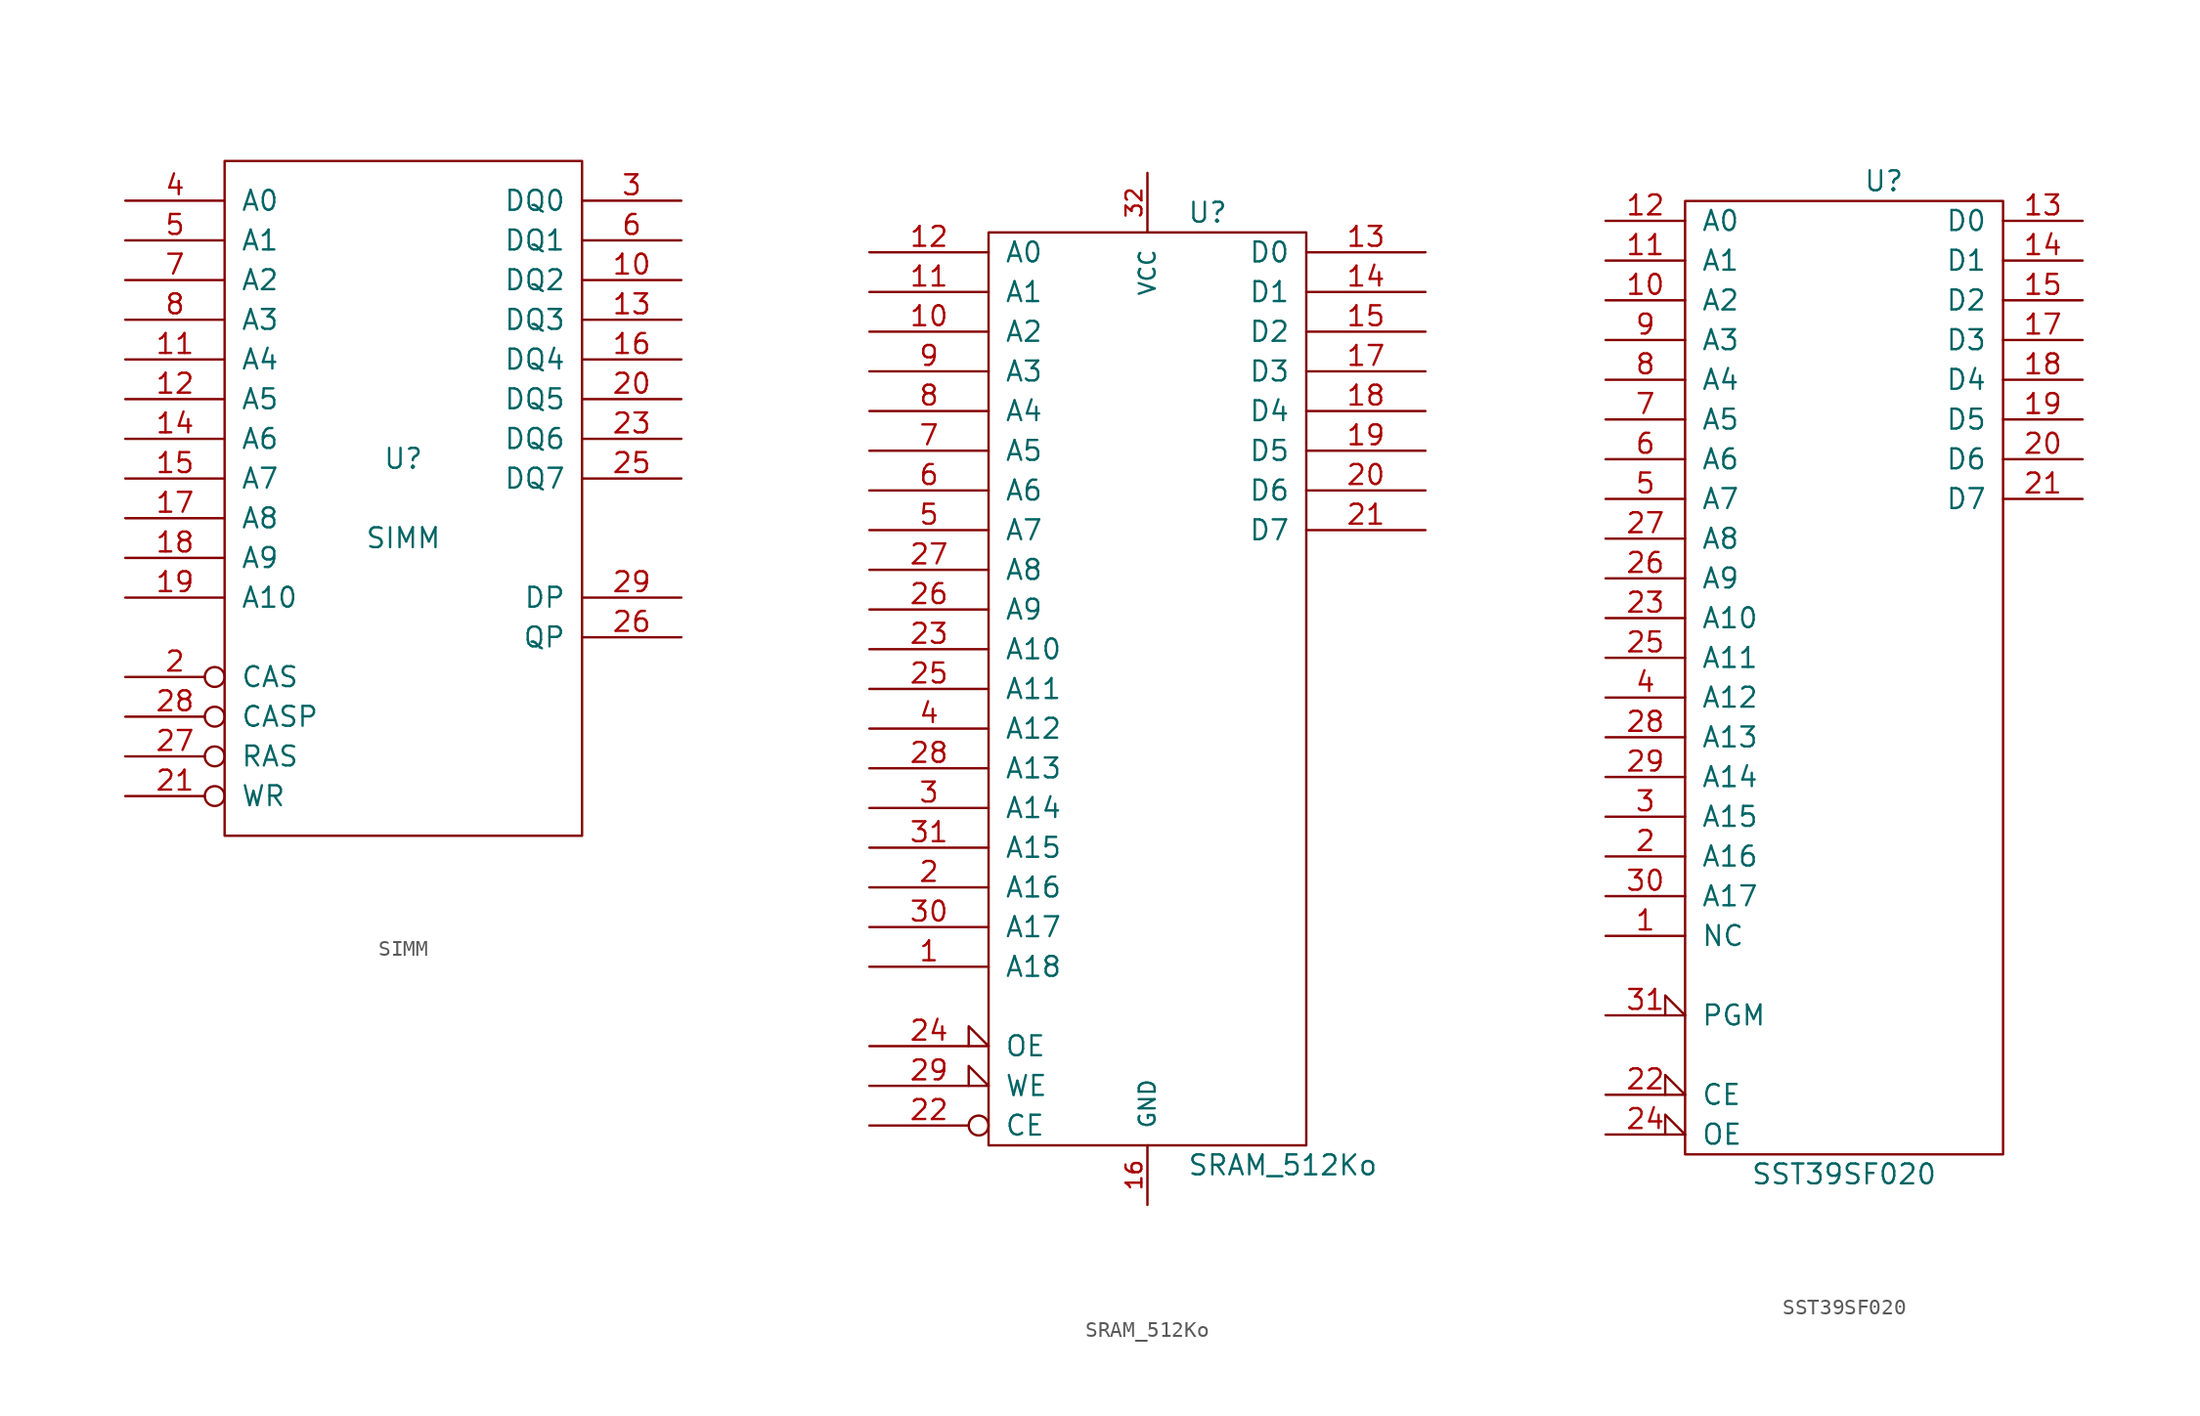
<source format=kicad_sym>
(kicad_symbol_lib
  (version 20231120)
  (generator "kicad_symbol_editor")
  (generator_version "8.0")
  (symbol "SIMM"
    (pin_names
      (offset 1.016))
    (property "Reference" "U"
      (at 0 2.54 0)
      (effects (font (size 1.27 1.27))))
    (property "Value" "SIMM"
      (at 0 -2.54 0)
      (effects (font (size 1.27 1.27))))
    (property "Footprint" ""
      (at 0 0 0)
      (effects (font (size 1.27 1.27))))
    (property "Datasheet" ""
      (at 0 0 0)
      (effects (font (size 1.27 1.27))))
    (symbol "SIMM_0_1"
      (rectangle (start -11.43 -21.59) (end 11.43 21.59) (stroke (width 0) (type solid)) (fill (type none))))
    (symbol "SIMM_1_1"
      (pin power_in line (at -3.81 22.86 270) (length 1.27) hide (name "VCC" (effects (font (size 1.27 1.27)))) (number "1" (effects (font (size 1.27 1.27)))))
      (pin tri_state line (at 17.78 13.97 180) (length 6.35) (name "DQ2" (effects (font (size 1.27 1.27)))) (number "10" (effects (font (size 1.27 1.27)))))
      (pin input line (at -17.78 8.89 0) (length 6.35) (name "A4" (effects (font (size 1.27 1.27)))) (number "11" (effects (font (size 1.27 1.27)))))
      (pin input line (at -17.78 6.35 0) (length 6.35) (name "A5" (effects (font (size 1.27 1.27)))) (number "12" (effects (font (size 1.27 1.27)))))
      (pin tri_state line (at 17.78 11.43 180) (length 6.35) (name "DQ3" (effects (font (size 1.27 1.27)))) (number "13" (effects (font (size 1.27 1.27)))))
      (pin input line (at -17.78 3.81 0) (length 6.35) (name "A6" (effects (font (size 1.27 1.27)))) (number "14" (effects (font (size 1.27 1.27)))))
      (pin input line (at -17.78 1.27 0) (length 6.35) (name "A7" (effects (font (size 1.27 1.27)))) (number "15" (effects (font (size 1.27 1.27)))))
      (pin tri_state line (at 17.78 8.89 180) (length 6.35) (name "DQ4" (effects (font (size 1.27 1.27)))) (number "16" (effects (font (size 1.27 1.27)))))
      (pin input line (at -17.78 -1.27 0) (length 6.35) (name "A8" (effects (font (size 1.27 1.27)))) (number "17" (effects (font (size 1.27 1.27)))))
      (pin input line (at -17.78 -3.81 0) (length 6.35) (name "A9" (effects (font (size 1.27 1.27)))) (number "18" (effects (font (size 1.27 1.27)))))
      (pin input line (at -17.78 -6.35 0) (length 6.35) (name "A10" (effects (font (size 1.27 1.27)))) (number "19" (effects (font (size 1.27 1.27)))))
      (pin input inverted (at -17.78 -11.43 0) (length 6.35) (name "CAS" (effects (font (size 1.27 1.27)))) (number "2" (effects (font (size 1.27 1.27)))))
      (pin tri_state line (at 17.78 6.35 180) (length 6.35) (name "DQ5" (effects (font (size 1.27 1.27)))) (number "20" (effects (font (size 1.27 1.27)))))
      (pin input inverted (at -17.78 -19.05 0) (length 6.35) (name "WR" (effects (font (size 1.27 1.27)))) (number "21" (effects (font (size 1.27 1.27)))))
      (pin power_in line (at -1.27 -22.86 90) (length 1.27) hide (name "GND" (effects (font (size 1.27 1.27)))) (number "22" (effects (font (size 1.27 1.27)))))
      (pin tri_state line (at 17.78 3.81 180) (length 6.35) (name "DQ6" (effects (font (size 1.27 1.27)))) (number "23" (effects (font (size 1.27 1.27)))))
      (pin input line (at 17.78 1.27 180) (length 6.35) (name "DQ7" (effects (font (size 1.27 1.27)))) (number "25" (effects (font (size 1.27 1.27)))))
      (pin tri_state line (at 17.78 -8.89 180) (length 6.35) (name "QP" (effects (font (size 1.27 1.27)))) (number "26" (effects (font (size 1.27 1.27)))))
      (pin input inverted (at -17.78 -16.51 0) (length 6.35) (name "RAS" (effects (font (size 1.27 1.27)))) (number "27" (effects (font (size 1.27 1.27)))))
      (pin input inverted (at -17.78 -13.97 0) (length 6.35) (name "CASP" (effects (font (size 1.27 1.27)))) (number "28" (effects (font (size 1.27 1.27)))))
      (pin input line (at 17.78 -6.35 180) (length 6.35) (name "DP" (effects (font (size 1.27 1.27)))) (number "29" (effects (font (size 1.27 1.27)))))
      (pin tri_state line (at 17.78 19.05 180) (length 6.35) (name "DQ0" (effects (font (size 1.27 1.27)))) (number "3" (effects (font (size 1.27 1.27)))))
      (pin power_in line (at -1.27 22.86 270) (length 1.27) hide (name "VCC" (effects (font (size 1.27 1.27)))) (number "30" (effects (font (size 1.27 1.27)))))
      (pin input line (at -17.78 19.05 0) (length 6.35) (name "A0" (effects (font (size 1.27 1.27)))) (number "4" (effects (font (size 1.27 1.27)))))
      (pin input line (at -17.78 16.51 0) (length 6.35) (name "A1" (effects (font (size 1.27 1.27)))) (number "5" (effects (font (size 1.27 1.27)))))
      (pin tri_state line (at 17.78 16.51 180) (length 6.35) (name "DQ1" (effects (font (size 1.27 1.27)))) (number "6" (effects (font (size 1.27 1.27)))))
      (pin input line (at -17.78 13.97 0) (length 6.35) (name "A2" (effects (font (size 1.27 1.27)))) (number "7" (effects (font (size 1.27 1.27)))))
      (pin input line (at -17.78 11.43 0) (length 6.35) (name "A3" (effects (font (size 1.27 1.27)))) (number "8" (effects (font (size 1.27 1.27)))))
      (pin power_in line (at -3.81 -22.86 90) (length 1.27) hide (name "GND" (effects (font (size 1.27 1.27)))) (number "9" (effects (font (size 1.27 1.27)))))))
  (symbol "SRAM_512Ko"
    (pin_names
      (offset 1.016))
    (property "Reference" "U"
      (at 2.54 30.48 0)
      (effects (font (size 1.27 1.27)) (justify left)))
    (property "Value" "SRAM_512Ko"
      (at 2.54 -30.48 0)
      (effects (font (size 1.27 1.27)) (justify left)))
    (property "Footprint" ""
      (at 0 0 0)
      (effects (font (size 1.27 1.27))))
    (property "Datasheet" ""
      (at 0 0 0)
      (effects (font (size 1.27 1.27))))
    (symbol "SRAM_512Ko_0_0"
      (pin power_in line (at 0 -33.02 90) (length 3.81) (name "GND" (effects (font (size 1.016 1.016)))) (number "16" (effects (font (size 1.016 1.016)))))
      (pin power_in line (at 0 33.02 270) (length 3.81) (name "VCC" (effects (font (size 1.016 1.016)))) (number "32" (effects (font (size 1.016 1.016))))))
    (symbol "SRAM_512Ko_0_1"
      (rectangle (start -10.16 29.21) (end 10.16 -29.21) (stroke (width 0) (type solid)) (fill (type none))))
    (symbol "SRAM_512Ko_1_1"
      (pin input line (at -17.78 -17.78 0) (length 7.62) (name "A18" (effects (font (size 1.27 1.27)))) (number "1" (effects (font (size 1.27 1.27)))))
      (pin input line (at -17.78 22.86 0) (length 7.62) (name "A2" (effects (font (size 1.27 1.27)))) (number "10" (effects (font (size 1.27 1.27)))))
      (pin input line (at -17.78 25.4 0) (length 7.62) (name "A1" (effects (font (size 1.27 1.27)))) (number "11" (effects (font (size 1.27 1.27)))))
      (pin input line (at -17.78 27.94 0) (length 7.62) (name "A0" (effects (font (size 1.27 1.27)))) (number "12" (effects (font (size 1.27 1.27)))))
      (pin tri_state line (at 17.78 27.94 180) (length 7.62) (name "D0" (effects (font (size 1.27 1.27)))) (number "13" (effects (font (size 1.27 1.27)))))
      (pin tri_state line (at 17.78 25.4 180) (length 7.62) (name "D1" (effects (font (size 1.27 1.27)))) (number "14" (effects (font (size 1.27 1.27)))))
      (pin tri_state line (at 17.78 22.86 180) (length 7.62) (name "D2" (effects (font (size 1.27 1.27)))) (number "15" (effects (font (size 1.27 1.27)))))
      (pin tri_state line (at 17.78 20.32 180) (length 7.62) (name "D3" (effects (font (size 1.27 1.27)))) (number "17" (effects (font (size 1.27 1.27)))))
      (pin tri_state line (at 17.78 17.78 180) (length 7.62) (name "D4" (effects (font (size 1.27 1.27)))) (number "18" (effects (font (size 1.27 1.27)))))
      (pin tri_state line (at 17.78 15.24 180) (length 7.62) (name "D5" (effects (font (size 1.27 1.27)))) (number "19" (effects (font (size 1.27 1.27)))))
      (pin input line (at -17.78 -12.7 0) (length 7.62) (name "A16" (effects (font (size 1.27 1.27)))) (number "2" (effects (font (size 1.27 1.27)))))
      (pin tri_state line (at 17.78 12.7 180) (length 7.62) (name "D6" (effects (font (size 1.27 1.27)))) (number "20" (effects (font (size 1.27 1.27)))))
      (pin tri_state line (at 17.78 10.16 180) (length 7.62) (name "D7" (effects (font (size 1.27 1.27)))) (number "21" (effects (font (size 1.27 1.27)))))
      (pin input inverted (at -17.78 -27.94 0) (length 7.62) (name "CE" (effects (font (size 1.27 1.27)))) (number "22" (effects (font (size 1.27 1.27)))))
      (pin input line (at -17.78 2.54 0) (length 7.62) (name "A10" (effects (font (size 1.27 1.27)))) (number "23" (effects (font (size 1.27 1.27)))))
      (pin input input_low (at -17.78 -22.86 0) (length 7.62) (name "OE" (effects (font (size 1.27 1.27)))) (number "24" (effects (font (size 1.27 1.27)))))
      (pin input line (at -17.78 0 0) (length 7.62) (name "A11" (effects (font (size 1.27 1.27)))) (number "25" (effects (font (size 1.27 1.27)))))
      (pin input line (at -17.78 5.08 0) (length 7.62) (name "A9" (effects (font (size 1.27 1.27)))) (number "26" (effects (font (size 1.27 1.27)))))
      (pin input line (at -17.78 7.62 0) (length 7.62) (name "A8" (effects (font (size 1.27 1.27)))) (number "27" (effects (font (size 1.27 1.27)))))
      (pin input line (at -17.78 -5.08 0) (length 7.62) (name "A13" (effects (font (size 1.27 1.27)))) (number "28" (effects (font (size 1.27 1.27)))))
      (pin input input_low (at -17.78 -25.4 0) (length 7.62) (name "WE" (effects (font (size 1.27 1.27)))) (number "29" (effects (font (size 1.27 1.27)))))
      (pin input line (at -17.78 -7.62 0) (length 7.62) (name "A14" (effects (font (size 1.27 1.27)))) (number "3" (effects (font (size 1.27 1.27)))))
      (pin input line (at -17.78 -15.24 0) (length 7.62) (name "A17" (effects (font (size 1.27 1.27)))) (number "30" (effects (font (size 1.27 1.27)))))
      (pin input line (at -17.78 -10.16 0) (length 7.62) (name "A15" (effects (font (size 1.27 1.27)))) (number "31" (effects (font (size 1.27 1.27)))))
      (pin input line (at -17.78 -2.54 0) (length 7.62) (name "A12" (effects (font (size 1.27 1.27)))) (number "4" (effects (font (size 1.27 1.27)))))
      (pin input line (at -17.78 10.16 0) (length 7.62) (name "A7" (effects (font (size 1.27 1.27)))) (number "5" (effects (font (size 1.27 1.27)))))
      (pin input line (at -17.78 12.7 0) (length 7.62) (name "A6" (effects (font (size 1.27 1.27)))) (number "6" (effects (font (size 1.27 1.27)))))
      (pin input line (at -17.78 15.24 0) (length 7.62) (name "A5" (effects (font (size 1.27 1.27)))) (number "7" (effects (font (size 1.27 1.27)))))
      (pin input line (at -17.78 17.78 0) (length 7.62) (name "A4" (effects (font (size 1.27 1.27)))) (number "8" (effects (font (size 1.27 1.27)))))
      (pin input line (at -17.78 20.32 0) (length 7.62) (name "A3" (effects (font (size 1.27 1.27)))) (number "9" (effects (font (size 1.27 1.27)))))))
  (symbol "SST39SF020"
    (pin_names
      (offset 1.016))
    (property "Reference" "U"
      (at 2.54 33.02 0)
      (effects (font (size 1.27 1.27))))
    (property "Value" "SST39SF020"
      (at 0 -30.48 0)
      (effects (font (size 1.27 1.27))))
    (property "Footprint" ""
      (at 0 7.62 0)
      (effects (font (size 1.27 1.27))))
    (property "Datasheet" ""
      (at 0 7.62 0)
      (effects (font (size 1.27 1.27))))
    (symbol "SST39SF020_0_0"
      (pin power_in line (at 0 -30.48 90) (length 1.27) hide (name "GND" (effects (font (size 1.27 1.27)))) (number "16" (effects (font (size 1.27 1.27)))))
      (pin power_in line (at 0 33.02 270) (length 1.27) hide (name "VCC" (effects (font (size 1.27 1.27)))) (number "32" (effects (font (size 1.27 1.27))))))
    (symbol "SST39SF020_0_1"
      (rectangle (start -10.16 31.75) (end 10.16 -29.21) (stroke (width 0) (type solid)) (fill (type none))))
    (symbol "SST39SF020_1_1"
      (pin input line (at -15.24 -15.24 0) (length 5.08) (name "NC" (effects (font (size 1.27 1.27)))) (number "1" (effects (font (size 1.27 1.27)))))
      (pin input line (at -15.24 25.4 0) (length 5.08) (name "A2" (effects (font (size 1.27 1.27)))) (number "10" (effects (font (size 1.27 1.27)))))
      (pin input line (at -15.24 27.94 0) (length 5.08) (name "A1" (effects (font (size 1.27 1.27)))) (number "11" (effects (font (size 1.27 1.27)))))
      (pin input line (at -15.24 30.48 0) (length 5.08) (name "A0" (effects (font (size 1.27 1.27)))) (number "12" (effects (font (size 1.27 1.27)))))
      (pin tri_state line (at 15.24 30.48 180) (length 5.08) (name "D0" (effects (font (size 1.27 1.27)))) (number "13" (effects (font (size 1.27 1.27)))))
      (pin tri_state line (at 15.24 27.94 180) (length 5.08) (name "D1" (effects (font (size 1.27 1.27)))) (number "14" (effects (font (size 1.27 1.27)))))
      (pin tri_state line (at 15.24 25.4 180) (length 5.08) (name "D2" (effects (font (size 1.27 1.27)))) (number "15" (effects (font (size 1.27 1.27)))))
      (pin tri_state line (at 15.24 22.86 180) (length 5.08) (name "D3" (effects (font (size 1.27 1.27)))) (number "17" (effects (font (size 1.27 1.27)))))
      (pin tri_state line (at 15.24 20.32 180) (length 5.08) (name "D4" (effects (font (size 1.27 1.27)))) (number "18" (effects (font (size 1.27 1.27)))))
      (pin tri_state line (at 15.24 17.78 180) (length 5.08) (name "D5" (effects (font (size 1.27 1.27)))) (number "19" (effects (font (size 1.27 1.27)))))
      (pin input line (at -15.24 -10.16 0) (length 5.08) (name "A16" (effects (font (size 1.27 1.27)))) (number "2" (effects (font (size 1.27 1.27)))))
      (pin tri_state line (at 15.24 15.24 180) (length 5.08) (name "D6" (effects (font (size 1.27 1.27)))) (number "20" (effects (font (size 1.27 1.27)))))
      (pin tri_state line (at 15.24 12.7 180) (length 5.08) (name "D7" (effects (font (size 1.27 1.27)))) (number "21" (effects (font (size 1.27 1.27)))))
      (pin input input_low (at -15.24 -25.4 0) (length 5.08) (name "CE" (effects (font (size 1.27 1.27)))) (number "22" (effects (font (size 1.27 1.27)))))
      (pin input line (at -15.24 5.08 0) (length 5.08) (name "A10" (effects (font (size 1.27 1.27)))) (number "23" (effects (font (size 1.27 1.27)))))
      (pin input input_low (at -15.24 -27.94 0) (length 5.08) (name "OE" (effects (font (size 1.27 1.27)))) (number "24" (effects (font (size 1.27 1.27)))))
      (pin input line (at -15.24 2.54 0) (length 5.08) (name "A11" (effects (font (size 1.27 1.27)))) (number "25" (effects (font (size 1.27 1.27)))))
      (pin input line (at -15.24 7.62 0) (length 5.08) (name "A9" (effects (font (size 1.27 1.27)))) (number "26" (effects (font (size 1.27 1.27)))))
      (pin input line (at -15.24 10.16 0) (length 5.08) (name "A8" (effects (font (size 1.27 1.27)))) (number "27" (effects (font (size 1.27 1.27)))))
      (pin input line (at -15.24 -2.54 0) (length 5.08) (name "A13" (effects (font (size 1.27 1.27)))) (number "28" (effects (font (size 1.27 1.27)))))
      (pin input line (at -15.24 -5.08 0) (length 5.08) (name "A14" (effects (font (size 1.27 1.27)))) (number "29" (effects (font (size 1.27 1.27)))))
      (pin input line (at -15.24 -7.62 0) (length 5.08) (name "A15" (effects (font (size 1.27 1.27)))) (number "3" (effects (font (size 1.27 1.27)))))
      (pin input line (at -15.24 -12.7 0) (length 5.08) (name "A17" (effects (font (size 1.27 1.27)))) (number "30" (effects (font (size 1.27 1.27)))))
      (pin input input_low (at -15.24 -20.32 0) (length 5.08) (name "PGM" (effects (font (size 1.27 1.27)))) (number "31" (effects (font (size 1.27 1.27)))))
      (pin input line (at -15.24 0 0) (length 5.08) (name "A12" (effects (font (size 1.27 1.27)))) (number "4" (effects (font (size 1.27 1.27)))))
      (pin input line (at -15.24 12.7 0) (length 5.08) (name "A7" (effects (font (size 1.27 1.27)))) (number "5" (effects (font (size 1.27 1.27)))))
      (pin input line (at -15.24 15.24 0) (length 5.08) (name "A6" (effects (font (size 1.27 1.27)))) (number "6" (effects (font (size 1.27 1.27)))))
      (pin input line (at -15.24 17.78 0) (length 5.08) (name "A5" (effects (font (size 1.27 1.27)))) (number "7" (effects (font (size 1.27 1.27)))))
      (pin input line (at -15.24 20.32 0) (length 5.08) (name "A4" (effects (font (size 1.27 1.27)))) (number "8" (effects (font (size 1.27 1.27)))))
      (pin input line (at -15.24 22.86 0) (length 5.08) (name "A3" (effects (font (size 1.27 1.27)))) (number "9" (effects (font (size 1.27 1.27))))))))
</source>
